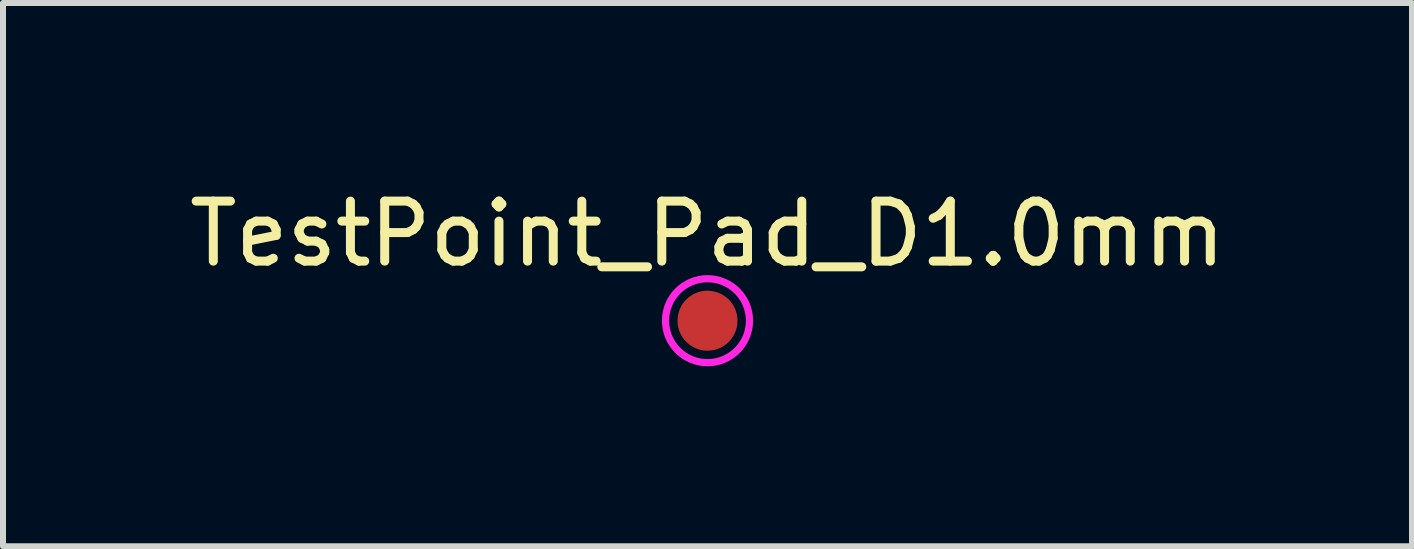
<source format=kicad_pcb>
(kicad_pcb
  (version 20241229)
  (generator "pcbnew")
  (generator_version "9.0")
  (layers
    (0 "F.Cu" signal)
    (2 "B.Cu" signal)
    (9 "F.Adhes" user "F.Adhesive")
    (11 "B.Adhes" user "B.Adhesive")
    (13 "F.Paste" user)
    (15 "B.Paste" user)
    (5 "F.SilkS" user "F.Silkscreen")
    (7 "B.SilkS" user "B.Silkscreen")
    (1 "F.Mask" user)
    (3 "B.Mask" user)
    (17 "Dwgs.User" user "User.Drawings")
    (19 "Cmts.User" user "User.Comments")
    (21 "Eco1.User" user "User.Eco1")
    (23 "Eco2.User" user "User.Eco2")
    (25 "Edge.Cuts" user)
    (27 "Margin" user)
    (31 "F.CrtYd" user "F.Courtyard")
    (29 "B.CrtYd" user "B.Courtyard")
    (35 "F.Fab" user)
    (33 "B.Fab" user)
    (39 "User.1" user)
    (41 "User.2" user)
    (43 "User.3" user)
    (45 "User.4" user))
  (footprint "TestPoint_Pad_D1.0mm"
    (layer "F.Cu")
    (at 8.744 2.296)
    (property "Reference" "TestPoint_Pad_D1.0mm" (at 0 -1.448 0) (layer "F.SilkS") (effects (font (size 1 1) (thickness 0.15))))
    (attr exclude_from_pos_files exclude_from_bom)
    (fp_circle (center 0 0) (end 0.7 0) (stroke (width 0.12) (type solid)) (fill no) (layer "F.CrtYd"))
    (pad "1" smd circle (at 0 0) (size 1 1) (layers "F.Cu" "F.Mask")))
  (gr_rect
    (start -3 -3)
    (end 20.488 6.056)
    (stroke (width 0.1) (type default))
    (fill no)
    (layer "Edge.Cuts")))
</source>
